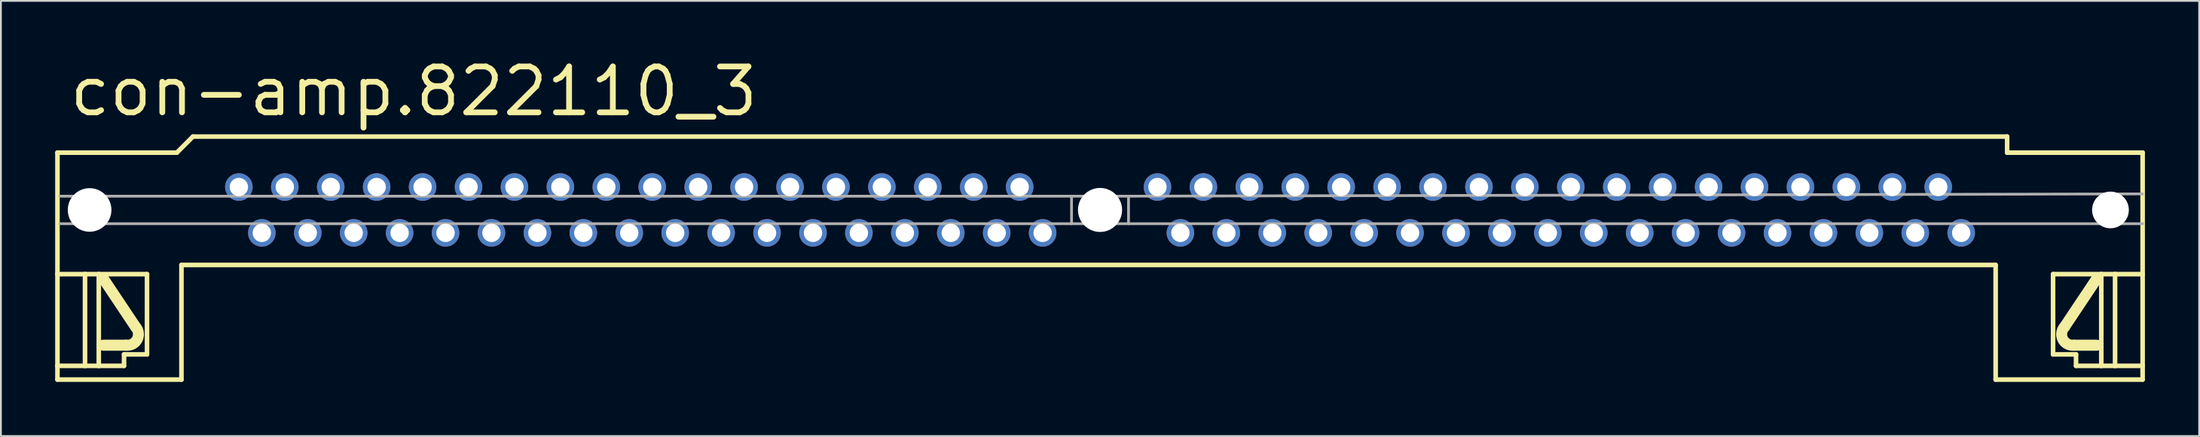
<source format=kicad_pcb>
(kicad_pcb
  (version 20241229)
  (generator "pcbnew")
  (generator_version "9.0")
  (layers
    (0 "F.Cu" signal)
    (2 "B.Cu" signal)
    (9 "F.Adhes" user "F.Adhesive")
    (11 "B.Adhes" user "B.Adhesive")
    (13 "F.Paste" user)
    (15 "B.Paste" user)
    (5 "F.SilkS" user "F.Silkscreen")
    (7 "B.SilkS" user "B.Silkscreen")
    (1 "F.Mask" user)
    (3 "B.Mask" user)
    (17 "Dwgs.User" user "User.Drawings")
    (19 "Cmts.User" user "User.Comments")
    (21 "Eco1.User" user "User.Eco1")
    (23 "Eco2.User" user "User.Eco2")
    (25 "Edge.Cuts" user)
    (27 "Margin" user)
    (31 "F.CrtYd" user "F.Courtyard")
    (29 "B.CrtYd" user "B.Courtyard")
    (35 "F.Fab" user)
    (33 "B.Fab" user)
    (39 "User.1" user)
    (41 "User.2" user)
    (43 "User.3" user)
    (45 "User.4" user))
  (footprint "con-amp.822110_3"
    (layer "F.Cu")
    (at 57.785 8.58)
    (property "Reference" "con-amp.822110_3" (at -57.15 -5.08 0) (layer "F.SilkS") (effects (font (size 2.54 2.54) (thickness 0.32)) (justify left bottom)))
    (attr through_hole)
    (fp_line (start -57.658 -3.175) (end -51.054 -3.175) (stroke (width 0.254) (type default)) (layer "F.SilkS"))
    (fp_line (start -57.658 3.556) (end -57.658 -3.175) (stroke (width 0.254) (type default)) (layer "F.SilkS"))
    (fp_line (start -57.658 3.556) (end -56.134 3.556) (stroke (width 0.254) (type default)) (layer "F.SilkS"))
    (fp_line (start -57.658 8.636) (end -57.658 3.556) (stroke (width 0.254) (type default)) (layer "F.SilkS"))
    (fp_line (start -57.658 8.636) (end -56.134 8.636) (stroke (width 0.254) (type default)) (layer "F.SilkS"))
    (fp_line (start -57.658 9.398) (end -57.658 8.636) (stroke (width 0.254) (type default)) (layer "F.SilkS"))
    (fp_line (start -57.658 9.398) (end -50.8 9.398) (stroke (width 0.254) (type default)) (layer "F.SilkS"))
    (fp_line (start -56.134 3.556) (end -55.372 3.556) (stroke (width 0.254) (type default)) (layer "F.SilkS"))
    (fp_line (start -56.134 8.636) (end -56.134 3.556) (stroke (width 0.254) (type default)) (layer "F.SilkS"))
    (fp_line (start -56.134 8.636) (end -55.372 8.636) (stroke (width 0.254) (type default)) (layer "F.SilkS"))
    (fp_line (start -55.372 3.556) (end -52.705 3.556) (stroke (width 0.254) (type default)) (layer "F.SilkS"))
    (fp_line (start -55.372 8.636) (end -55.372 3.556) (stroke (width 0.254) (type default)) (layer "F.SilkS"))
    (fp_line (start -55.372 8.636) (end -53.975 8.636) (stroke (width 0.254) (type default)) (layer "F.SilkS"))
    (fp_line (start -53.975 8.001) (end -53.975 8.636) (stroke (width 0.254) (type default)) (layer "F.SilkS"))
    (fp_line (start -53.848 7.493) (end -55.118 7.493) (stroke (width 0.61) (type default)) (layer "F.SilkS"))
    (fp_line (start -53.34 6.477) (end -55.118 3.81) (stroke (width 0.61) (type default)) (layer "F.SilkS"))
    (fp_line (start -52.705 3.556) (end -52.705 8.001) (stroke (width 0.254) (type default)) (layer "F.SilkS"))
    (fp_line (start -52.705 8.001) (end -53.975 8.001) (stroke (width 0.254) (type default)) (layer "F.SilkS"))
    (fp_line (start -51.054 -3.175) (end -50.165 -4.064) (stroke (width 0.254) (type default)) (layer "F.SilkS"))
    (fp_line (start -50.8 3.048) (end -50.8 9.398) (stroke (width 0.254) (type default)) (layer "F.SilkS"))
    (fp_line (start -50.8 3.048) (end 49.53 3.048) (stroke (width 0.254) (type default)) (layer "F.SilkS"))
    (fp_line (start 49.53 3.048) (end 49.53 9.398) (stroke (width 0.254) (type default)) (layer "F.SilkS"))
    (fp_line (start 50.165 -4.064) (end -50.165 -4.064) (stroke (width 0.254) (type default)) (layer "F.SilkS"))
    (fp_line (start 50.165 -3.175) (end 50.165 -4.064) (stroke (width 0.254) (type default)) (layer "F.SilkS"))
    (fp_line (start 52.705 3.556) (end 52.705 8.001) (stroke (width 0.254) (type default)) (layer "F.SilkS"))
    (fp_line (start 52.705 8.001) (end 53.975 8.001) (stroke (width 0.254) (type default)) (layer "F.SilkS"))
    (fp_line (start 53.34 6.477) (end 55.118 3.81) (stroke (width 0.61) (type default)) (layer "F.SilkS"))
    (fp_line (start 53.848 7.493) (end 55.118 7.493) (stroke (width 0.61) (type default)) (layer "F.SilkS"))
    (fp_line (start 53.975 8.001) (end 53.975 8.636) (stroke (width 0.254) (type default)) (layer "F.SilkS"))
    (fp_line (start 55.372 3.556) (end 52.705 3.556) (stroke (width 0.254) (type default)) (layer "F.SilkS"))
    (fp_line (start 55.372 8.636) (end 53.975 8.636) (stroke (width 0.254) (type default)) (layer "F.SilkS"))
    (fp_line (start 55.372 8.636) (end 55.372 3.556) (stroke (width 0.254) (type default)) (layer "F.SilkS"))
    (fp_line (start 56.134 3.556) (end 55.372 3.556) (stroke (width 0.254) (type default)) (layer "F.SilkS"))
    (fp_line (start 56.134 8.636) (end 55.372 8.636) (stroke (width 0.254) (type default)) (layer "F.SilkS"))
    (fp_line (start 56.134 8.636) (end 56.134 3.556) (stroke (width 0.254) (type default)) (layer "F.SilkS"))
    (fp_line (start 57.658 -3.175) (end 50.165 -3.175) (stroke (width 0.254) (type default)) (layer "F.SilkS"))
    (fp_line (start 57.658 3.556) (end 56.134 3.556) (stroke (width 0.254) (type default)) (layer "F.SilkS"))
    (fp_line (start 57.658 3.556) (end 57.658 -3.175) (stroke (width 0.254) (type default)) (layer "F.SilkS"))
    (fp_line (start 57.658 8.636) (end 56.134 8.636) (stroke (width 0.254) (type default)) (layer "F.SilkS"))
    (fp_line (start 57.658 8.636) (end 57.658 3.556) (stroke (width 0.254) (type default)) (layer "F.SilkS"))
    (fp_line (start 57.658 9.398) (end 49.53 9.398) (stroke (width 0.254) (type default)) (layer "F.SilkS"))
    (fp_line (start 57.658 9.398) (end 57.658 8.636) (stroke (width 0.254) (type default)) (layer "F.SilkS"))
    (fp_arc (start -53.3399 6.4769) (mid -53.241891 7.160997) (end -53.848 7.493) (stroke (width 0.6096) (type default)) (layer "F.SilkS"))
    (fp_arc (start 53.848 7.4929) (mid 53.242003 7.160966) (end 53.34 6.477) (stroke (width 0.6096) (type default)) (layer "F.SilkS"))
    (fp_line (start -57.531 -0.762) (end -1.575 -0.762) (stroke (width 0.152) (type default)) (layer "F.Fab"))
    (fp_line (start -57.531 0.762) (end -1.575 0.762) (stroke (width 0.152) (type default)) (layer "F.Fab"))
    (fp_line (start -1.575 -0.762) (end 1.575 -0.762) (stroke (width 0.152) (type default)) (layer "F.Fab"))
    (fp_line (start -1.575 0.762) (end -1.575 -0.762) (stroke (width 0.152) (type default)) (layer "F.Fab"))
    (fp_line (start -1.575 0.762) (end 1.575 0.762) (stroke (width 0.152) (type default)) (layer "F.Fab"))
    (fp_line (start 1.575 0.762) (end 1.575 -0.762) (stroke (width 0.152) (type default)) (layer "F.Fab"))
    (fp_line (start 57.658 -0.889) (end 1.575 -0.762) (stroke (width 0.152) (type default)) (layer "F.Fab"))
    (fp_line (start 57.658 0.762) (end 1.575 0.762) (stroke (width 0.152) (type default)) (layer "F.Fab"))
    (pad "" np_thru_hole circle (at -55.88 0) (size 2.413 2.413) (drill 2.413) (layers "*.Cu" "*.Mask"))
    (pad "" np_thru_hole circle (at 0 0) (size 2.438 2.438) (drill 2.438) (layers "*.Cu" "*.Mask"))
    (pad "" np_thru_hole circle (at 55.88 0) (size 2.032 2.032) (drill 2.032) (layers "*.Cu" "*.Mask"))
    (pad "1" thru_hole circle (at 47.625 1.27) (size 1.524 1.524) (drill 1.016) (layers "*.Cu" "*.Mask"))
    (pad "2" thru_hole circle (at 46.355 -1.27) (size 1.524 1.524) (drill 1.016) (layers "*.Cu" "*.Mask"))
    (pad "3" thru_hole circle (at 45.085 1.27) (size 1.524 1.524) (drill 1.016) (layers "*.Cu" "*.Mask"))
    (pad "4" thru_hole circle (at 43.815 -1.27) (size 1.524 1.524) (drill 1.016) (layers "*.Cu" "*.Mask"))
    (pad "5" thru_hole circle (at 42.545 1.27) (size 1.524 1.524) (drill 1.016) (layers "*.Cu" "*.Mask"))
    (pad "6" thru_hole circle (at 41.275 -1.27) (size 1.524 1.524) (drill 1.016) (layers "*.Cu" "*.Mask"))
    (pad "7" thru_hole circle (at 40.005 1.27) (size 1.524 1.524) (drill 1.016) (layers "*.Cu" "*.Mask"))
    (pad "8" thru_hole circle (at 38.735 -1.27) (size 1.524 1.524) (drill 1.016) (layers "*.Cu" "*.Mask"))
    (pad "9" thru_hole circle (at 37.465 1.27) (size 1.524 1.524) (drill 1.016) (layers "*.Cu" "*.Mask"))
    (pad "10" thru_hole circle (at 36.195 -1.27) (size 1.524 1.524) (drill 1.016) (layers "*.Cu" "*.Mask"))
    (pad "11" thru_hole circle (at 34.925 1.27) (size 1.524 1.524) (drill 1.016) (layers "*.Cu" "*.Mask"))
    (pad "12" thru_hole circle (at 33.655 -1.27) (size 1.524 1.524) (drill 1.016) (layers "*.Cu" "*.Mask"))
    (pad "13" thru_hole circle (at 32.385 1.27) (size 1.524 1.524) (drill 1.016) (layers "*.Cu" "*.Mask"))
    (pad "14" thru_hole circle (at 31.115 -1.27) (size 1.524 1.524) (drill 1.016) (layers "*.Cu" "*.Mask"))
    (pad "15" thru_hole circle (at 29.845 1.27) (size 1.524 1.524) (drill 1.016) (layers "*.Cu" "*.Mask"))
    (pad "16" thru_hole circle (at 28.575 -1.27) (size 1.524 1.524) (drill 1.016) (layers "*.Cu" "*.Mask"))
    (pad "17" thru_hole circle (at 27.305 1.27) (size 1.524 1.524) (drill 1.016) (layers "*.Cu" "*.Mask"))
    (pad "18" thru_hole circle (at 26.035 -1.27) (size 1.524 1.524) (drill 1.016) (layers "*.Cu" "*.Mask"))
    (pad "19" thru_hole circle (at 24.765 1.27) (size 1.524 1.524) (drill 1.016) (layers "*.Cu" "*.Mask"))
    (pad "20" thru_hole circle (at 23.495 -1.27) (size 1.524 1.524) (drill 1.016) (layers "*.Cu" "*.Mask"))
    (pad "21" thru_hole circle (at 22.225 1.27) (size 1.524 1.524) (drill 1.016) (layers "*.Cu" "*.Mask"))
    (pad "22" thru_hole circle (at 20.955 -1.27) (size 1.524 1.524) (drill 1.016) (layers "*.Cu" "*.Mask"))
    (pad "23" thru_hole circle (at 19.685 1.27) (size 1.524 1.524) (drill 1.016) (layers "*.Cu" "*.Mask"))
    (pad "24" thru_hole circle (at 18.415 -1.27) (size 1.524 1.524) (drill 1.016) (layers "*.Cu" "*.Mask"))
    (pad "25" thru_hole circle (at 17.145 1.27) (size 1.524 1.524) (drill 1.016) (layers "*.Cu" "*.Mask"))
    (pad "26" thru_hole circle (at 15.875 -1.27) (size 1.524 1.524) (drill 1.016) (layers "*.Cu" "*.Mask"))
    (pad "27" thru_hole circle (at 14.605 1.27) (size 1.524 1.524) (drill 1.016) (layers "*.Cu" "*.Mask"))
    (pad "28" thru_hole circle (at 13.335 -1.27) (size 1.524 1.524) (drill 1.016) (layers "*.Cu" "*.Mask"))
    (pad "29" thru_hole circle (at 12.065 1.27) (size 1.524 1.524) (drill 1.016) (layers "*.Cu" "*.Mask"))
    (pad "30" thru_hole circle (at 10.795 -1.27) (size 1.524 1.524) (drill 1.016) (layers "*.Cu" "*.Mask"))
    (pad "31" thru_hole circle (at 9.525 1.27) (size 1.524 1.524) (drill 1.016) (layers "*.Cu" "*.Mask"))
    (pad "32" thru_hole circle (at 8.255 -1.27) (size 1.524 1.524) (drill 1.016) (layers "*.Cu" "*.Mask"))
    (pad "33" thru_hole circle (at 6.985 1.27) (size 1.524 1.524) (drill 1.016) (layers "*.Cu" "*.Mask"))
    (pad "34" thru_hole circle (at 5.715 -1.27) (size 1.524 1.524) (drill 1.016) (layers "*.Cu" "*.Mask"))
    (pad "35" thru_hole circle (at 4.445 1.27) (size 1.524 1.524) (drill 1.016) (layers "*.Cu" "*.Mask"))
    (pad "36" thru_hole circle (at 3.175 -1.27) (size 1.524 1.524) (drill 1.016) (layers "*.Cu" "*.Mask"))
    (pad "37" thru_hole circle (at -3.175 1.27) (size 1.524 1.524) (drill 1.016) (layers "*.Cu" "*.Mask"))
    (pad "38" thru_hole circle (at -4.445 -1.27) (size 1.524 1.524) (drill 1.016) (layers "*.Cu" "*.Mask"))
    (pad "39" thru_hole circle (at -5.715 1.27) (size 1.524 1.524) (drill 1.016) (layers "*.Cu" "*.Mask"))
    (pad "40" thru_hole circle (at -6.985 -1.27) (size 1.524 1.524) (drill 1.016) (layers "*.Cu" "*.Mask"))
    (pad "41" thru_hole circle (at -8.255 1.27) (size 1.524 1.524) (drill 1.016) (layers "*.Cu" "*.Mask"))
    (pad "42" thru_hole circle (at -9.525 -1.27) (size 1.524 1.524) (drill 1.016) (layers "*.Cu" "*.Mask"))
    (pad "43" thru_hole circle (at -10.795 1.27) (size 1.524 1.524) (drill 1.016) (layers "*.Cu" "*.Mask"))
    (pad "44" thru_hole circle (at -12.065 -1.27) (size 1.524 1.524) (drill 1.016) (layers "*.Cu" "*.Mask"))
    (pad "45" thru_hole circle (at -13.335 1.27) (size 1.524 1.524) (drill 1.016) (layers "*.Cu" "*.Mask"))
    (pad "46" thru_hole circle (at -14.605 -1.27) (size 1.524 1.524) (drill 1.016) (layers "*.Cu" "*.Mask"))
    (pad "47" thru_hole circle (at -15.875 1.27) (size 1.524 1.524) (drill 1.016) (layers "*.Cu" "*.Mask"))
    (pad "48" thru_hole circle (at -17.145 -1.27) (size 1.524 1.524) (drill 1.016) (layers "*.Cu" "*.Mask"))
    (pad "49" thru_hole circle (at -18.415 1.27) (size 1.524 1.524) (drill 1.016) (layers "*.Cu" "*.Mask"))
    (pad "50" thru_hole circle (at -19.685 -1.27) (size 1.524 1.524) (drill 1.016) (layers "*.Cu" "*.Mask"))
    (pad "51" thru_hole circle (at -20.955 1.27) (size 1.524 1.524) (drill 1.016) (layers "*.Cu" "*.Mask"))
    (pad "52" thru_hole circle (at -22.225 -1.27) (size 1.524 1.524) (drill 1.016) (layers "*.Cu" "*.Mask"))
    (pad "53" thru_hole circle (at -23.495 1.27) (size 1.524 1.524) (drill 1.016) (layers "*.Cu" "*.Mask"))
    (pad "54" thru_hole circle (at -24.765 -1.27) (size 1.524 1.524) (drill 1.016) (layers "*.Cu" "*.Mask"))
    (pad "55" thru_hole circle (at -26.035 1.27) (size 1.524 1.524) (drill 1.016) (layers "*.Cu" "*.Mask"))
    (pad "56" thru_hole circle (at -27.305 -1.27) (size 1.524 1.524) (drill 1.016) (layers "*.Cu" "*.Mask"))
    (pad "57" thru_hole circle (at -28.575 1.27) (size 1.524 1.524) (drill 1.016) (layers "*.Cu" "*.Mask"))
    (pad "58" thru_hole circle (at -29.845 -1.27) (size 1.524 1.524) (drill 1.016) (layers "*.Cu" "*.Mask"))
    (pad "59" thru_hole circle (at -31.115 1.27) (size 1.524 1.524) (drill 1.016) (layers "*.Cu" "*.Mask"))
    (pad "60" thru_hole circle (at -32.385 -1.27) (size 1.524 1.524) (drill 1.016) (layers "*.Cu" "*.Mask"))
    (pad "61" thru_hole circle (at -33.655 1.27) (size 1.524 1.524) (drill 1.016) (layers "*.Cu" "*.Mask"))
    (pad "62" thru_hole circle (at -34.925 -1.27) (size 1.524 1.524) (drill 1.016) (layers "*.Cu" "*.Mask"))
    (pad "63" thru_hole circle (at -36.195 1.27) (size 1.524 1.524) (drill 1.016) (layers "*.Cu" "*.Mask"))
    (pad "64" thru_hole circle (at -37.465 -1.27) (size 1.524 1.524) (drill 1.016) (layers "*.Cu" "*.Mask"))
    (pad "65" thru_hole circle (at -38.735 1.27) (size 1.524 1.524) (drill 1.016) (layers "*.Cu" "*.Mask"))
    (pad "66" thru_hole circle (at -40.005 -1.27) (size 1.524 1.524) (drill 1.016) (layers "*.Cu" "*.Mask"))
    (pad "67" thru_hole circle (at -41.275 1.27) (size 1.524 1.524) (drill 1.016) (layers "*.Cu" "*.Mask"))
    (pad "68" thru_hole circle (at -42.545 -1.27) (size 1.524 1.524) (drill 1.016) (layers "*.Cu" "*.Mask"))
    (pad "69" thru_hole circle (at -43.815 1.27) (size 1.524 1.524) (drill 1.016) (layers "*.Cu" "*.Mask"))
    (pad "70" thru_hole circle (at -45.085 -1.27) (size 1.524 1.524) (drill 1.016) (layers "*.Cu" "*.Mask"))
    (pad "71" thru_hole circle (at -46.355 1.27) (size 1.524 1.524) (drill 1.016) (layers "*.Cu" "*.Mask"))
    (pad "72" thru_hole circle (at -47.625 -1.27) (size 1.524 1.524) (drill 1.016) (layers "*.Cu" "*.Mask")))
  (gr_rect
    (start -3 -3)
    (end 118.57 21.105)
    (stroke (width 0.1) (type default))
    (fill no)
    (layer "Edge.Cuts")))
</source>
